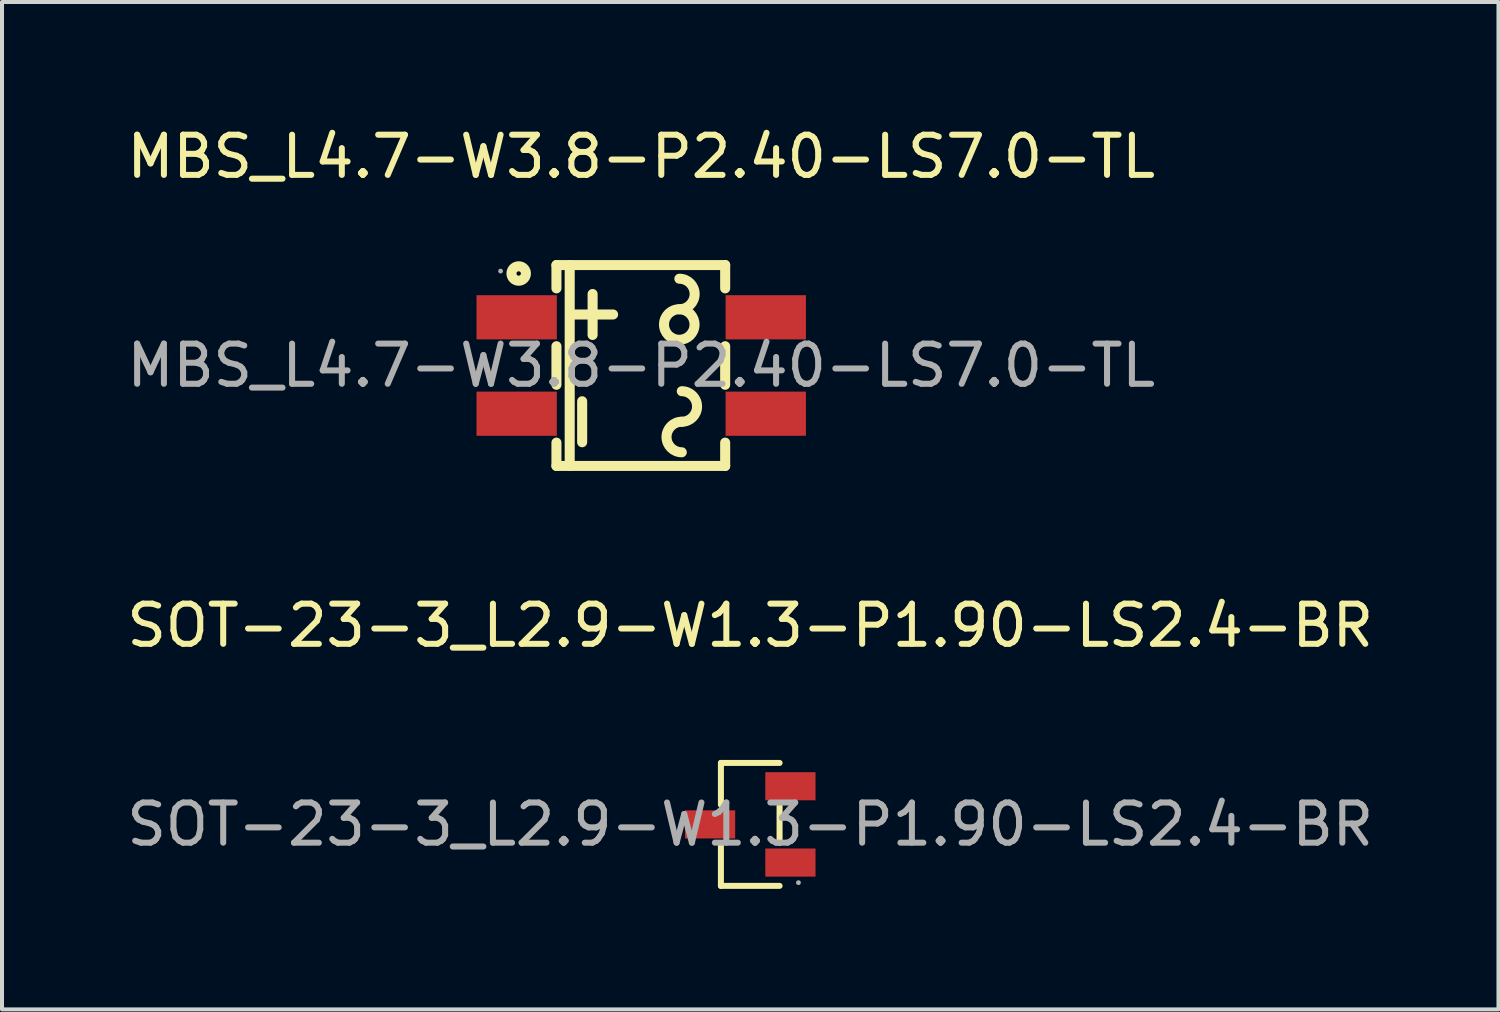
<source format=kicad_pcb>
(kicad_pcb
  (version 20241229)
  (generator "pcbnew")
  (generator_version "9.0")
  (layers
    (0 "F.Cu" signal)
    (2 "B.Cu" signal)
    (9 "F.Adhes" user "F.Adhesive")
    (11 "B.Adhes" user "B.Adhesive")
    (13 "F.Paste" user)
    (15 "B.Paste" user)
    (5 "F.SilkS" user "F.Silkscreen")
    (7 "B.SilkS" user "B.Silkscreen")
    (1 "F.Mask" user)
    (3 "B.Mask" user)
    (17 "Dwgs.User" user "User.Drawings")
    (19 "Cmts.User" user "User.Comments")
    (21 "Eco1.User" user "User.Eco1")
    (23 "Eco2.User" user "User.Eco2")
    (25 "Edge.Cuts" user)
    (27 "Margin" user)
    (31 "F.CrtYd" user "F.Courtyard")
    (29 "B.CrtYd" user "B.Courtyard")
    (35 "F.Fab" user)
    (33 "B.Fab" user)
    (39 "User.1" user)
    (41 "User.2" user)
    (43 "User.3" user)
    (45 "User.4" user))
  (footprint "MBS_L4.7-W3.8-P2.40-LS7.0-TL"
    (layer "F.Cu")
    (at 12.911 6.048)
    (property "Reference" "MBS_L4.7-W3.8-P2.40-LS7.0-TL" (at 0 -5.2 0) (layer "F.SilkS") (effects (font (size 1 1) (thickness 0.15))))
    (attr smd)
    (fp_line (start -2.11 -2.5) (end -2.11 -1.92) (stroke (width 0.25) (type solid)) (layer "F.SilkS"))
    (fp_line (start -2.11 -0.48) (end -2.11 0.48) (stroke (width 0.25) (type solid)) (layer "F.SilkS"))
    (fp_line (start -2.11 1.92) (end -2.11 2.5) (stroke (width 0.25) (type solid)) (layer "F.SilkS"))
    (fp_line (start -1.78 -2.5) (end -1.78 2.5) (stroke (width 0.25) (type solid)) (layer "F.SilkS"))
    (fp_line (start -1.72 -1.27) (end -0.7 -1.27) (stroke (width 0.25) (type solid)) (layer "F.SilkS"))
    (fp_line (start -1.47 1.91) (end -1.47 0.89) (stroke (width 0.25) (type solid)) (layer "F.SilkS"))
    (fp_line (start -1.21 -0.76) (end -1.21 -1.78) (stroke (width 0.25) (type solid)) (layer "F.SilkS"))
    (fp_line (start 2.09 -2.5) (end -2.11 -2.5) (stroke (width 0.25) (type solid)) (layer "F.SilkS"))
    (fp_line (start 2.09 -2.5) (end 2.09 -1.92) (stroke (width 0.25) (type solid)) (layer "F.SilkS"))
    (fp_line (start 2.09 -0.48) (end 2.09 0.48) (stroke (width 0.25) (type solid)) (layer "F.SilkS"))
    (fp_line (start 2.09 1.92) (end 2.09 2.5) (stroke (width 0.25) (type solid)) (layer "F.SilkS"))
    (fp_line (start 2.09 2.5) (end -2.11 2.5) (stroke (width 0.25) (type solid)) (layer "F.SilkS"))
    (fp_arc (start 0.95 -2.16) (mid 1.33 -1.78) (end 0.95 -1.4) (stroke (width 0.25) (type solid)) (layer "F.SilkS"))
    (fp_arc (start 0.956632 -1.399942) (mid 0.946684 -0.640015) (end 0.95 -1.4) (stroke (width 0.25) (type solid)) (layer "F.SilkS"))
    (fp_arc (start 1.01 0.64) (mid 1.39 1.02) (end 1.01 1.4) (stroke (width 0.25) (type solid)) (layer "F.SilkS"))
    (fp_arc (start 1.01 2.16) (mid 0.63 1.78) (end 1.01 1.4) (stroke (width 0.25) (type solid)) (layer "F.SilkS"))
    (fp_circle (center -3.05 -2.29) (end -2.87 -2.29) (stroke (width 0.25) (type solid)) (fill no) (layer "F.SilkS"))
    (fp_circle (center -3.5 -2.35) (end -3.47 -2.35) (stroke (width 0.06) (type solid)) (fill no) (layer "F.Fab"))
    (fp_text user "${REFERENCE}" (at 0 0 0) (layer "F.Fab") (effects (font (size 1 1) (thickness 0.15))))
    (pad "1" smd rect (at -3.1 -1.2) (size 2 1.1) (layers "F.Cu" "F.Mask" "F.Paste"))
    (pad "2" smd rect (at -3.1 1.2) (size 2 1.1) (layers "F.Cu" "F.Mask" "F.Paste"))
    (pad "3" smd rect (at 3.1 1.2) (size 2 1.1) (layers "F.Cu" "F.Mask" "F.Paste"))
    (pad "4" smd rect (at 3.1 -1.2) (size 2 1.1) (layers "F.Cu" "F.Mask" "F.Paste")))
  (footprint "SOT-23-3_L2.9-W1.3-P1.90-LS2.4-BR"
    (layer "F.Cu")
    (at 15.625 17.471)
    (property "Reference" "SOT-23-3_L2.9-W1.3-P1.90-LS2.4-BR" (at 0 -4.95 0) (layer "F.SilkS") (effects (font (size 1 1) (thickness 0.15))))
    (attr smd)
    (fp_line (start -0.73 -1.53) (end -0.73 -0.49) (stroke (width 0.15) (type solid)) (layer "F.SilkS"))
    (fp_line (start -0.73 1.53) (end -0.73 0.49) (stroke (width 0.15) (type solid)) (layer "F.SilkS"))
    (fp_line (start 0.73 -1.53) (end -0.73 -1.53) (stroke (width 0.15) (type solid)) (layer "F.SilkS"))
    (fp_line (start 0.73 -0.46) (end 0.73 0.46) (stroke (width 0.15) (type solid)) (layer "F.SilkS"))
    (fp_line (start 0.73 1.53) (end -0.73 1.53) (stroke (width 0.15) (type solid)) (layer "F.SilkS"))
    (fp_circle (center 1.2 1.45) (end 1.23 1.45) (stroke (width 0.06) (type solid)) (fill no) (layer "F.Fab"))
    (fp_text user "${REFERENCE}" (at 0 0 0) (layer "F.Fab") (effects (font (size 1 1) (thickness 0.15))))
    (pad "1" smd rect (at 1 0.95) (size 1.25 0.7) (layers "F.Cu" "F.Mask" "F.Paste"))
    (pad "2" smd rect (at 1 -0.95) (size 1.25 0.7) (layers "F.Cu" "F.Mask" "F.Paste"))
    (pad "3" smd rect (at -1 0) (size 1.25 0.7) (layers "F.Cu" "F.Mask" "F.Paste")))
  (gr_rect
    (start -3 -3)
    (end 34.25 22.076)
    (stroke (width 0.1) (type default))
    (fill no)
    (layer "Edge.Cuts")))
</source>
